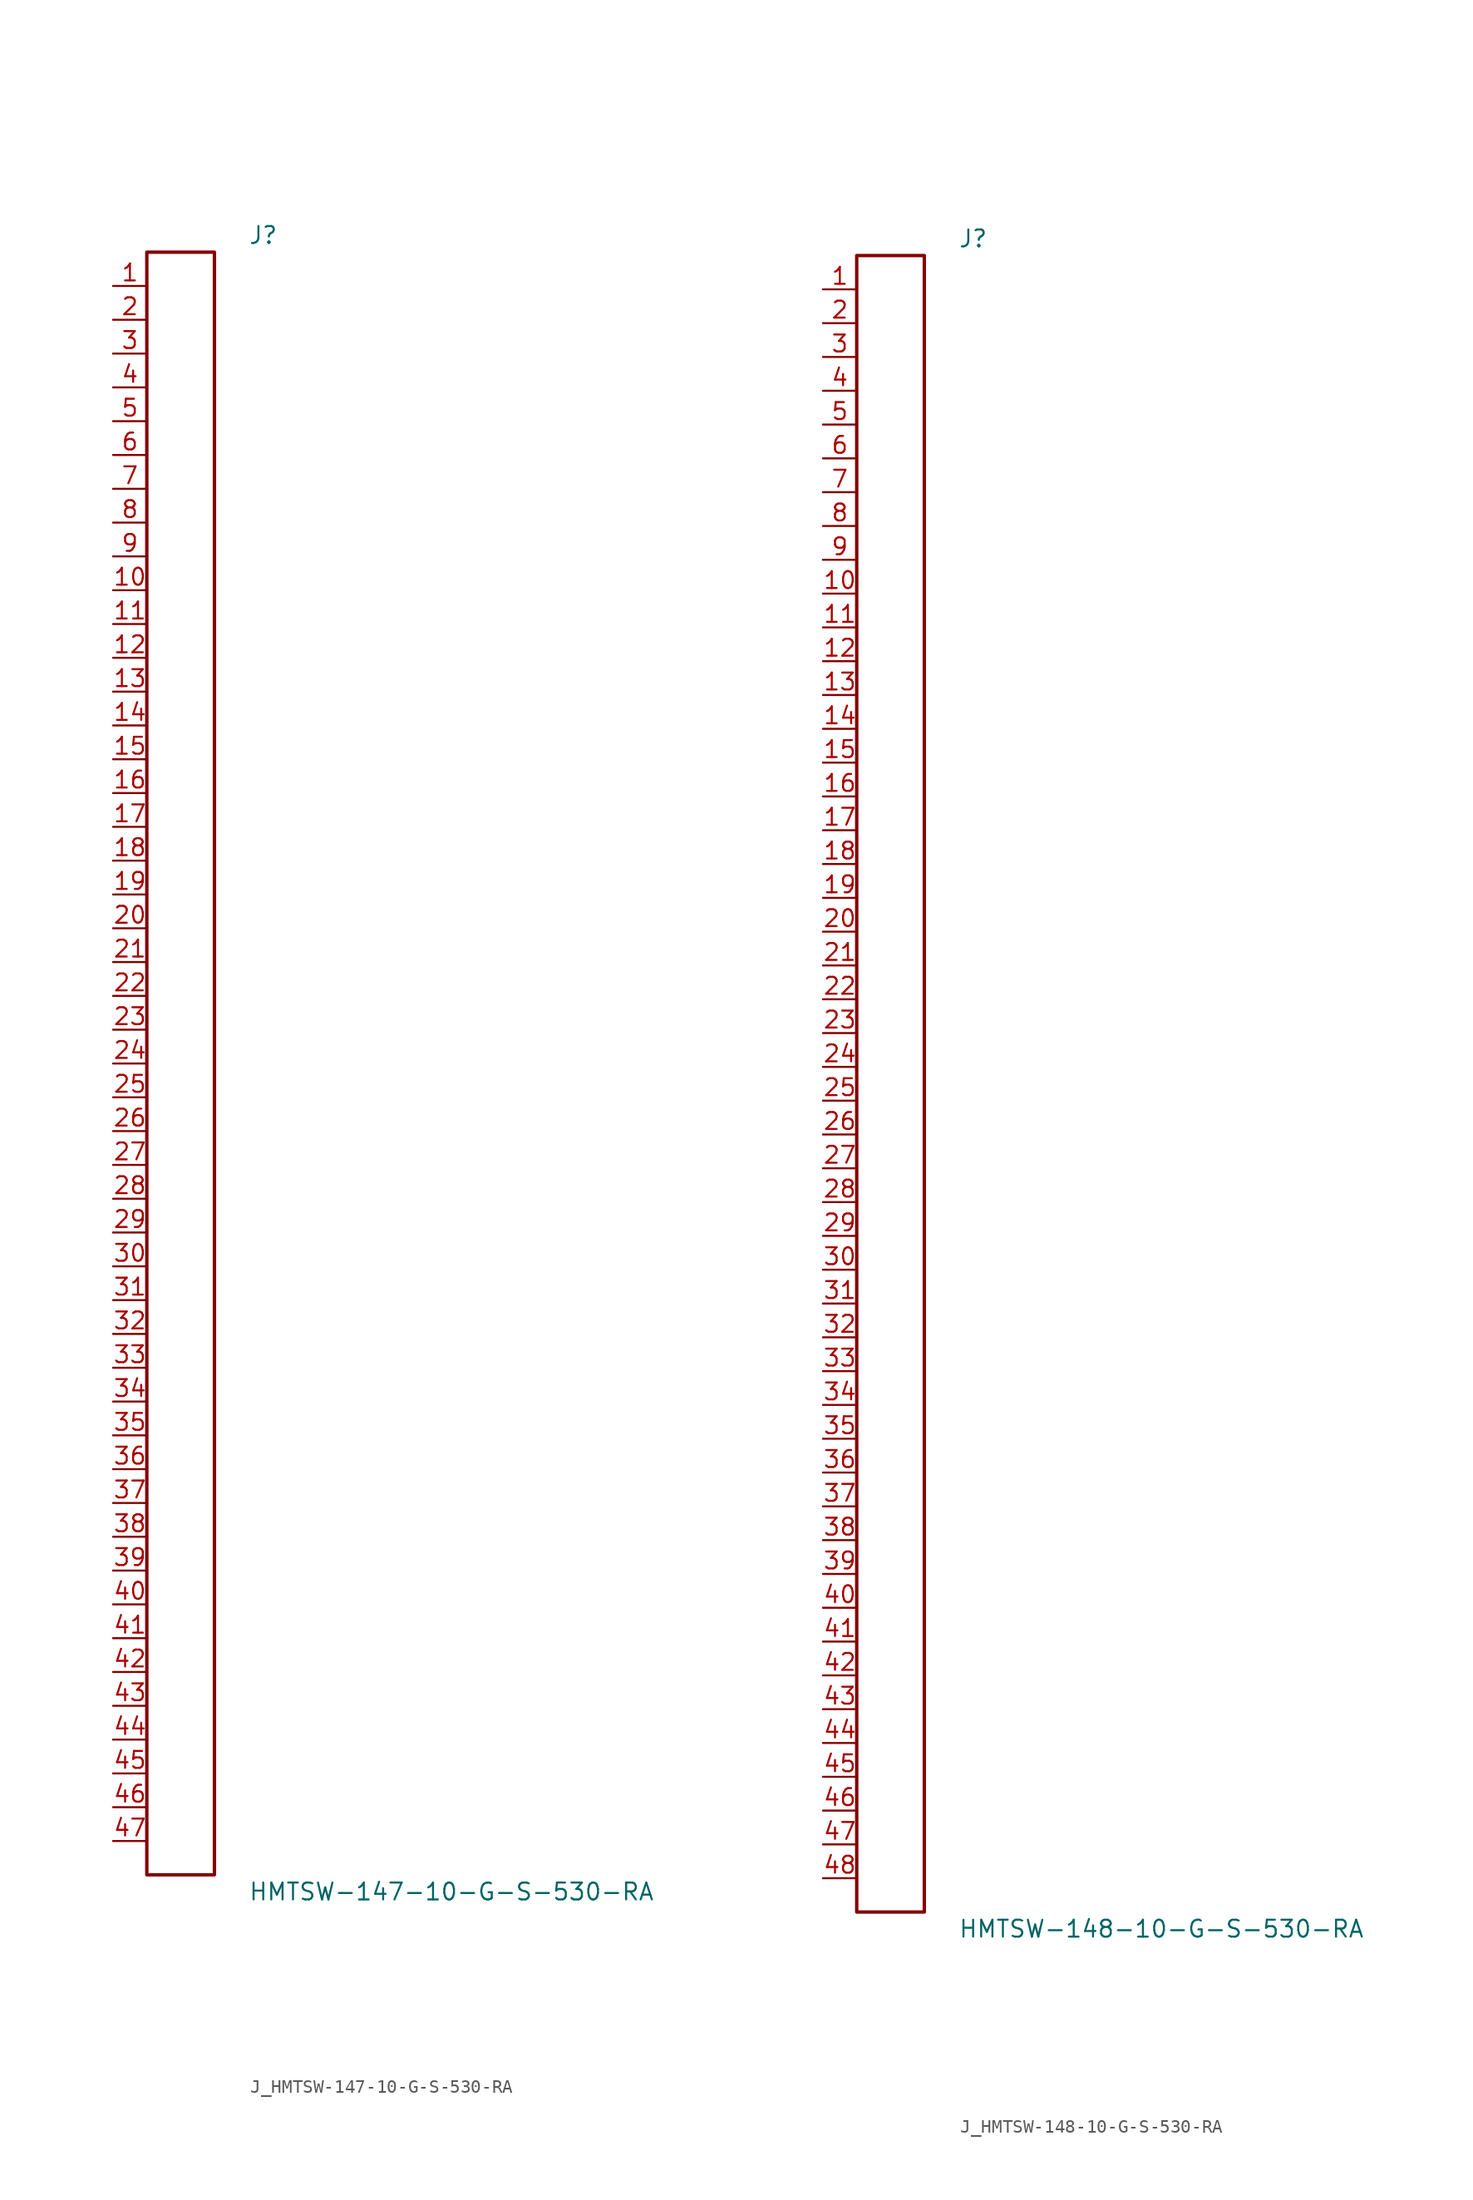
<source format=kicad_sym>
(kicad_symbol_lib
  (version 20231120)
  (generator kicad_symbol_editor)
  (generator_version 8.0)
  (symbol "J_HMTSW-147-10-G-S-530-RA"
    (pin_names
      (offset 0.254))
    (property "Reference" "J"
      (at 5.08 62.23 0)
      (effects (font (size 1.27 1.27)) (justify left)))
    (property "Value" "HMTSW-147-10-G-S-530-RA"
      (at 5.08 -62.23 0)
      (effects (font (size 1.27 1.27)) (justify left)))
    (symbol "J_HMTSW-147-10-G-S-530-RA_0_0"
      (pin unspecified line (at -5.08 58.42 0) (length 2.54) (name "" (effects (font (size 1.27 1.27)))) (number "1" (effects (font (size 1.27 1.27)))))
      (pin unspecified line (at -5.08 55.88 0) (length 2.54) (name "" (effects (font (size 1.27 1.27)))) (number "2" (effects (font (size 1.27 1.27)))))
      (pin unspecified line (at -5.08 53.34 0) (length 2.54) (name "" (effects (font (size 1.27 1.27)))) (number "3" (effects (font (size 1.27 1.27)))))
      (pin unspecified line (at -5.08 50.8 0) (length 2.54) (name "" (effects (font (size 1.27 1.27)))) (number "4" (effects (font (size 1.27 1.27)))))
      (pin unspecified line (at -5.08 48.26 0) (length 2.54) (name "" (effects (font (size 1.27 1.27)))) (number "5" (effects (font (size 1.27 1.27)))))
      (pin unspecified line (at -5.08 45.72 0) (length 2.54) (name "" (effects (font (size 1.27 1.27)))) (number "6" (effects (font (size 1.27 1.27)))))
      (pin unspecified line (at -5.08 43.18 0) (length 2.54) (name "" (effects (font (size 1.27 1.27)))) (number "7" (effects (font (size 1.27 1.27)))))
      (pin unspecified line (at -5.08 40.64 0) (length 2.54) (name "" (effects (font (size 1.27 1.27)))) (number "8" (effects (font (size 1.27 1.27)))))
      (pin unspecified line (at -5.08 38.1 0) (length 2.54) (name "" (effects (font (size 1.27 1.27)))) (number "9" (effects (font (size 1.27 1.27)))))
      (pin unspecified line (at -5.08 35.56 0) (length 2.54) (name "" (effects (font (size 1.27 1.27)))) (number "10" (effects (font (size 1.27 1.27)))))
      (pin unspecified line (at -5.08 33.02 0) (length 2.54) (name "" (effects (font (size 1.27 1.27)))) (number "11" (effects (font (size 1.27 1.27)))))
      (pin unspecified line (at -5.08 30.48 0) (length 2.54) (name "" (effects (font (size 1.27 1.27)))) (number "12" (effects (font (size 1.27 1.27)))))
      (pin unspecified line (at -5.08 27.94 0) (length 2.54) (name "" (effects (font (size 1.27 1.27)))) (number "13" (effects (font (size 1.27 1.27)))))
      (pin unspecified line (at -5.08 25.4 0) (length 2.54) (name "" (effects (font (size 1.27 1.27)))) (number "14" (effects (font (size 1.27 1.27)))))
      (pin unspecified line (at -5.08 22.86 0) (length 2.54) (name "" (effects (font (size 1.27 1.27)))) (number "15" (effects (font (size 1.27 1.27)))))
      (pin unspecified line (at -5.08 20.32 0) (length 2.54) (name "" (effects (font (size 1.27 1.27)))) (number "16" (effects (font (size 1.27 1.27)))))
      (pin unspecified line (at -5.08 17.78 0) (length 2.54) (name "" (effects (font (size 1.27 1.27)))) (number "17" (effects (font (size 1.27 1.27)))))
      (pin unspecified line (at -5.08 15.24 0) (length 2.54) (name "" (effects (font (size 1.27 1.27)))) (number "18" (effects (font (size 1.27 1.27)))))
      (pin unspecified line (at -5.08 12.7 0) (length 2.54) (name "" (effects (font (size 1.27 1.27)))) (number "19" (effects (font (size 1.27 1.27)))))
      (pin unspecified line (at -5.08 10.16 0) (length 2.54) (name "" (effects (font (size 1.27 1.27)))) (number "20" (effects (font (size 1.27 1.27)))))
      (pin unspecified line (at -5.08 7.62 0) (length 2.54) (name "" (effects (font (size 1.27 1.27)))) (number "21" (effects (font (size 1.27 1.27)))))
      (pin unspecified line (at -5.08 5.08 0) (length 2.54) (name "" (effects (font (size 1.27 1.27)))) (number "22" (effects (font (size 1.27 1.27)))))
      (pin unspecified line (at -5.08 2.54 0) (length 2.54) (name "" (effects (font (size 1.27 1.27)))) (number "23" (effects (font (size 1.27 1.27)))))
      (pin unspecified line (at -5.08 0.0 0) (length 2.54) (name "" (effects (font (size 1.27 1.27)))) (number "24" (effects (font (size 1.27 1.27)))))
      (pin unspecified line (at -5.08 -2.54 0) (length 2.54) (name "" (effects (font (size 1.27 1.27)))) (number "25" (effects (font (size 1.27 1.27)))))
      (pin unspecified line (at -5.08 -5.08 0) (length 2.54) (name "" (effects (font (size 1.27 1.27)))) (number "26" (effects (font (size 1.27 1.27)))))
      (pin unspecified line (at -5.08 -7.62 0) (length 2.54) (name "" (effects (font (size 1.27 1.27)))) (number "27" (effects (font (size 1.27 1.27)))))
      (pin unspecified line (at -5.08 -10.16 0) (length 2.54) (name "" (effects (font (size 1.27 1.27)))) (number "28" (effects (font (size 1.27 1.27)))))
      (pin unspecified line (at -5.08 -12.7 0) (length 2.54) (name "" (effects (font (size 1.27 1.27)))) (number "29" (effects (font (size 1.27 1.27)))))
      (pin unspecified line (at -5.08 -15.24 0) (length 2.54) (name "" (effects (font (size 1.27 1.27)))) (number "30" (effects (font (size 1.27 1.27)))))
      (pin unspecified line (at -5.08 -17.78 0) (length 2.54) (name "" (effects (font (size 1.27 1.27)))) (number "31" (effects (font (size 1.27 1.27)))))
      (pin unspecified line (at -5.08 -20.32 0) (length 2.54) (name "" (effects (font (size 1.27 1.27)))) (number "32" (effects (font (size 1.27 1.27)))))
      (pin unspecified line (at -5.08 -22.86 0) (length 2.54) (name "" (effects (font (size 1.27 1.27)))) (number "33" (effects (font (size 1.27 1.27)))))
      (pin unspecified line (at -5.08 -25.4 0) (length 2.54) (name "" (effects (font (size 1.27 1.27)))) (number "34" (effects (font (size 1.27 1.27)))))
      (pin unspecified line (at -5.08 -27.94 0) (length 2.54) (name "" (effects (font (size 1.27 1.27)))) (number "35" (effects (font (size 1.27 1.27)))))
      (pin unspecified line (at -5.08 -30.48 0) (length 2.54) (name "" (effects (font (size 1.27 1.27)))) (number "36" (effects (font (size 1.27 1.27)))))
      (pin unspecified line (at -5.08 -33.02 0) (length 2.54) (name "" (effects (font (size 1.27 1.27)))) (number "37" (effects (font (size 1.27 1.27)))))
      (pin unspecified line (at -5.08 -35.56 0) (length 2.54) (name "" (effects (font (size 1.27 1.27)))) (number "38" (effects (font (size 1.27 1.27)))))
      (pin unspecified line (at -5.08 -38.1 0) (length 2.54) (name "" (effects (font (size 1.27 1.27)))) (number "39" (effects (font (size 1.27 1.27)))))
      (pin unspecified line (at -5.08 -40.64 0) (length 2.54) (name "" (effects (font (size 1.27 1.27)))) (number "40" (effects (font (size 1.27 1.27)))))
      (pin unspecified line (at -5.08 -43.18 0) (length 2.54) (name "" (effects (font (size 1.27 1.27)))) (number "41" (effects (font (size 1.27 1.27)))))
      (pin unspecified line (at -5.08 -45.72 0) (length 2.54) (name "" (effects (font (size 1.27 1.27)))) (number "42" (effects (font (size 1.27 1.27)))))
      (pin unspecified line (at -5.08 -48.26 0) (length 2.54) (name "" (effects (font (size 1.27 1.27)))) (number "43" (effects (font (size 1.27 1.27)))))
      (pin unspecified line (at -5.08 -50.8 0) (length 2.54) (name "" (effects (font (size 1.27 1.27)))) (number "44" (effects (font (size 1.27 1.27)))))
      (pin unspecified line (at -5.08 -53.34 0) (length 2.54) (name "" (effects (font (size 1.27 1.27)))) (number "45" (effects (font (size 1.27 1.27)))))
      (pin unspecified line (at -5.08 -55.88 0) (length 2.54) (name "" (effects (font (size 1.27 1.27)))) (number "46" (effects (font (size 1.27 1.27)))))
      (pin unspecified line (at -5.08 -58.42 0) (length 2.54) (name "" (effects (font (size 1.27 1.27)))) (number "47" (effects (font (size 1.27 1.27))))))
    (symbol "J_HMTSW-147-10-G-S-530-RA_1_0"
      (rectangle (start -2.54 60.96) (end 2.54 -60.96) (stroke (width 0.254) (type solid)) (fill (type none)))))
  (symbol "J_HMTSW-148-10-G-S-530-RA"
    (pin_names
      (offset 0.254))
    (property "Reference" "J"
      (at 5.08 63.5 0)
      (effects (font (size 1.27 1.27)) (justify left)))
    (property "Value" "HMTSW-148-10-G-S-530-RA"
      (at 5.08 -63.5 0)
      (effects (font (size 1.27 1.27)) (justify left)))
    (symbol "J_HMTSW-148-10-G-S-530-RA_0_0"
      (pin unspecified line (at -5.08 59.69 0) (length 2.54) (name "" (effects (font (size 1.27 1.27)))) (number "1" (effects (font (size 1.27 1.27)))))
      (pin unspecified line (at -5.08 57.15 0) (length 2.54) (name "" (effects (font (size 1.27 1.27)))) (number "2" (effects (font (size 1.27 1.27)))))
      (pin unspecified line (at -5.08 54.61 0) (length 2.54) (name "" (effects (font (size 1.27 1.27)))) (number "3" (effects (font (size 1.27 1.27)))))
      (pin unspecified line (at -5.08 52.07 0) (length 2.54) (name "" (effects (font (size 1.27 1.27)))) (number "4" (effects (font (size 1.27 1.27)))))
      (pin unspecified line (at -5.08 49.53 0) (length 2.54) (name "" (effects (font (size 1.27 1.27)))) (number "5" (effects (font (size 1.27 1.27)))))
      (pin unspecified line (at -5.08 46.99 0) (length 2.54) (name "" (effects (font (size 1.27 1.27)))) (number "6" (effects (font (size 1.27 1.27)))))
      (pin unspecified line (at -5.08 44.45 0) (length 2.54) (name "" (effects (font (size 1.27 1.27)))) (number "7" (effects (font (size 1.27 1.27)))))
      (pin unspecified line (at -5.08 41.91 0) (length 2.54) (name "" (effects (font (size 1.27 1.27)))) (number "8" (effects (font (size 1.27 1.27)))))
      (pin unspecified line (at -5.08 39.37 0) (length 2.54) (name "" (effects (font (size 1.27 1.27)))) (number "9" (effects (font (size 1.27 1.27)))))
      (pin unspecified line (at -5.08 36.83 0) (length 2.54) (name "" (effects (font (size 1.27 1.27)))) (number "10" (effects (font (size 1.27 1.27)))))
      (pin unspecified line (at -5.08 34.29 0) (length 2.54) (name "" (effects (font (size 1.27 1.27)))) (number "11" (effects (font (size 1.27 1.27)))))
      (pin unspecified line (at -5.08 31.75 0) (length 2.54) (name "" (effects (font (size 1.27 1.27)))) (number "12" (effects (font (size 1.27 1.27)))))
      (pin unspecified line (at -5.08 29.21 0) (length 2.54) (name "" (effects (font (size 1.27 1.27)))) (number "13" (effects (font (size 1.27 1.27)))))
      (pin unspecified line (at -5.08 26.67 0) (length 2.54) (name "" (effects (font (size 1.27 1.27)))) (number "14" (effects (font (size 1.27 1.27)))))
      (pin unspecified line (at -5.08 24.13 0) (length 2.54) (name "" (effects (font (size 1.27 1.27)))) (number "15" (effects (font (size 1.27 1.27)))))
      (pin unspecified line (at -5.08 21.59 0) (length 2.54) (name "" (effects (font (size 1.27 1.27)))) (number "16" (effects (font (size 1.27 1.27)))))
      (pin unspecified line (at -5.08 19.05 0) (length 2.54) (name "" (effects (font (size 1.27 1.27)))) (number "17" (effects (font (size 1.27 1.27)))))
      (pin unspecified line (at -5.08 16.51 0) (length 2.54) (name "" (effects (font (size 1.27 1.27)))) (number "18" (effects (font (size 1.27 1.27)))))
      (pin unspecified line (at -5.08 13.97 0) (length 2.54) (name "" (effects (font (size 1.27 1.27)))) (number "19" (effects (font (size 1.27 1.27)))))
      (pin unspecified line (at -5.08 11.43 0) (length 2.54) (name "" (effects (font (size 1.27 1.27)))) (number "20" (effects (font (size 1.27 1.27)))))
      (pin unspecified line (at -5.08 8.89 0) (length 2.54) (name "" (effects (font (size 1.27 1.27)))) (number "21" (effects (font (size 1.27 1.27)))))
      (pin unspecified line (at -5.08 6.35 0) (length 2.54) (name "" (effects (font (size 1.27 1.27)))) (number "22" (effects (font (size 1.27 1.27)))))
      (pin unspecified line (at -5.08 3.81 0) (length 2.54) (name "" (effects (font (size 1.27 1.27)))) (number "23" (effects (font (size 1.27 1.27)))))
      (pin unspecified line (at -5.08 1.27 0) (length 2.54) (name "" (effects (font (size 1.27 1.27)))) (number "24" (effects (font (size 1.27 1.27)))))
      (pin unspecified line (at -5.08 -1.27 0) (length 2.54) (name "" (effects (font (size 1.27 1.27)))) (number "25" (effects (font (size 1.27 1.27)))))
      (pin unspecified line (at -5.08 -3.81 0) (length 2.54) (name "" (effects (font (size 1.27 1.27)))) (number "26" (effects (font (size 1.27 1.27)))))
      (pin unspecified line (at -5.08 -6.35 0) (length 2.54) (name "" (effects (font (size 1.27 1.27)))) (number "27" (effects (font (size 1.27 1.27)))))
      (pin unspecified line (at -5.08 -8.89 0) (length 2.54) (name "" (effects (font (size 1.27 1.27)))) (number "28" (effects (font (size 1.27 1.27)))))
      (pin unspecified line (at -5.08 -11.43 0) (length 2.54) (name "" (effects (font (size 1.27 1.27)))) (number "29" (effects (font (size 1.27 1.27)))))
      (pin unspecified line (at -5.08 -13.97 0) (length 2.54) (name "" (effects (font (size 1.27 1.27)))) (number "30" (effects (font (size 1.27 1.27)))))
      (pin unspecified line (at -5.08 -16.51 0) (length 2.54) (name "" (effects (font (size 1.27 1.27)))) (number "31" (effects (font (size 1.27 1.27)))))
      (pin unspecified line (at -5.08 -19.05 0) (length 2.54) (name "" (effects (font (size 1.27 1.27)))) (number "32" (effects (font (size 1.27 1.27)))))
      (pin unspecified line (at -5.08 -21.59 0) (length 2.54) (name "" (effects (font (size 1.27 1.27)))) (number "33" (effects (font (size 1.27 1.27)))))
      (pin unspecified line (at -5.08 -24.13 0) (length 2.54) (name "" (effects (font (size 1.27 1.27)))) (number "34" (effects (font (size 1.27 1.27)))))
      (pin unspecified line (at -5.08 -26.67 0) (length 2.54) (name "" (effects (font (size 1.27 1.27)))) (number "35" (effects (font (size 1.27 1.27)))))
      (pin unspecified line (at -5.08 -29.21 0) (length 2.54) (name "" (effects (font (size 1.27 1.27)))) (number "36" (effects (font (size 1.27 1.27)))))
      (pin unspecified line (at -5.08 -31.75 0) (length 2.54) (name "" (effects (font (size 1.27 1.27)))) (number "37" (effects (font (size 1.27 1.27)))))
      (pin unspecified line (at -5.08 -34.29 0) (length 2.54) (name "" (effects (font (size 1.27 1.27)))) (number "38" (effects (font (size 1.27 1.27)))))
      (pin unspecified line (at -5.08 -36.83 0) (length 2.54) (name "" (effects (font (size 1.27 1.27)))) (number "39" (effects (font (size 1.27 1.27)))))
      (pin unspecified line (at -5.08 -39.37 0) (length 2.54) (name "" (effects (font (size 1.27 1.27)))) (number "40" (effects (font (size 1.27 1.27)))))
      (pin unspecified line (at -5.08 -41.91 0) (length 2.54) (name "" (effects (font (size 1.27 1.27)))) (number "41" (effects (font (size 1.27 1.27)))))
      (pin unspecified line (at -5.08 -44.45 0) (length 2.54) (name "" (effects (font (size 1.27 1.27)))) (number "42" (effects (font (size 1.27 1.27)))))
      (pin unspecified line (at -5.08 -46.99 0) (length 2.54) (name "" (effects (font (size 1.27 1.27)))) (number "43" (effects (font (size 1.27 1.27)))))
      (pin unspecified line (at -5.08 -49.53 0) (length 2.54) (name "" (effects (font (size 1.27 1.27)))) (number "44" (effects (font (size 1.27 1.27)))))
      (pin unspecified line (at -5.08 -52.07 0) (length 2.54) (name "" (effects (font (size 1.27 1.27)))) (number "45" (effects (font (size 1.27 1.27)))))
      (pin unspecified line (at -5.08 -54.61 0) (length 2.54) (name "" (effects (font (size 1.27 1.27)))) (number "46" (effects (font (size 1.27 1.27)))))
      (pin unspecified line (at -5.08 -57.15 0) (length 2.54) (name "" (effects (font (size 1.27 1.27)))) (number "47" (effects (font (size 1.27 1.27)))))
      (pin unspecified line (at -5.08 -59.69 0) (length 2.54) (name "" (effects (font (size 1.27 1.27)))) (number "48" (effects (font (size 1.27 1.27))))))
    (symbol "J_HMTSW-148-10-G-S-530-RA_1_0"
      (rectangle (start -2.54 62.23) (end 2.54 -62.23) (stroke (width 0.254) (type solid)) (fill (type none))))))
</source>
